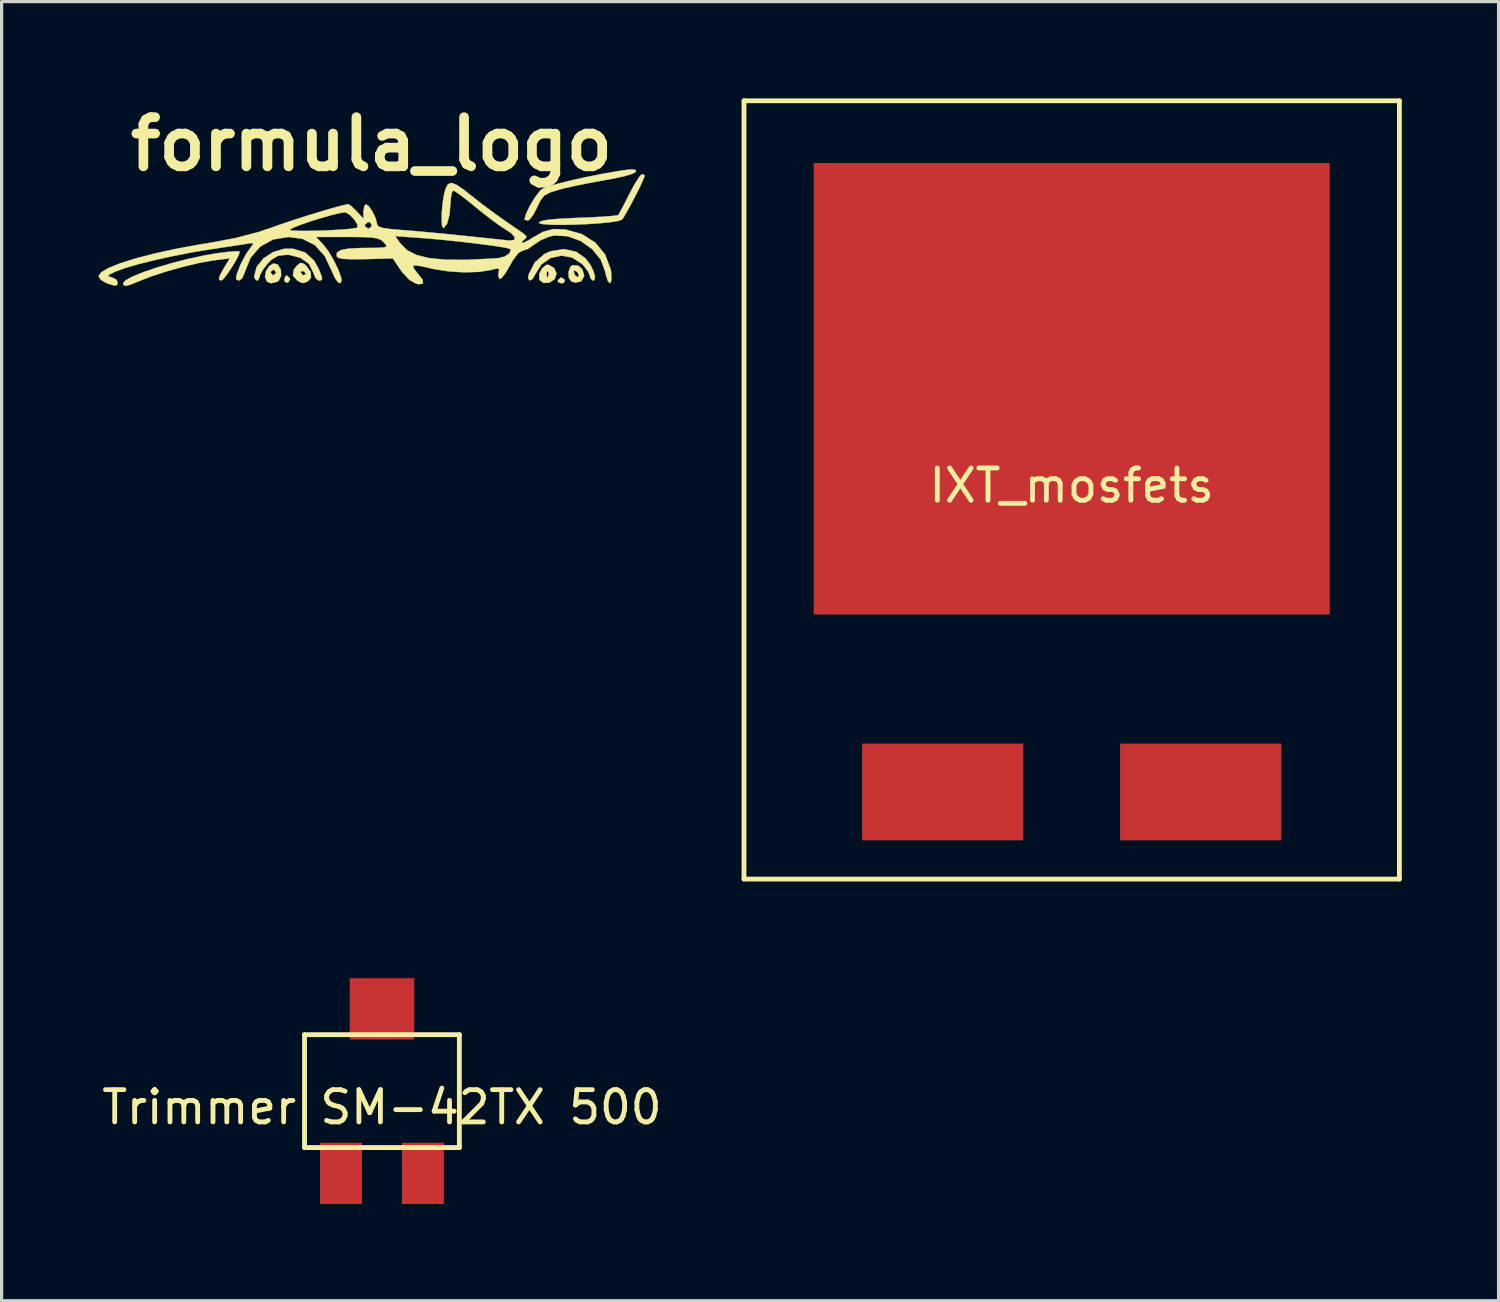
<source format=kicad_pcb>
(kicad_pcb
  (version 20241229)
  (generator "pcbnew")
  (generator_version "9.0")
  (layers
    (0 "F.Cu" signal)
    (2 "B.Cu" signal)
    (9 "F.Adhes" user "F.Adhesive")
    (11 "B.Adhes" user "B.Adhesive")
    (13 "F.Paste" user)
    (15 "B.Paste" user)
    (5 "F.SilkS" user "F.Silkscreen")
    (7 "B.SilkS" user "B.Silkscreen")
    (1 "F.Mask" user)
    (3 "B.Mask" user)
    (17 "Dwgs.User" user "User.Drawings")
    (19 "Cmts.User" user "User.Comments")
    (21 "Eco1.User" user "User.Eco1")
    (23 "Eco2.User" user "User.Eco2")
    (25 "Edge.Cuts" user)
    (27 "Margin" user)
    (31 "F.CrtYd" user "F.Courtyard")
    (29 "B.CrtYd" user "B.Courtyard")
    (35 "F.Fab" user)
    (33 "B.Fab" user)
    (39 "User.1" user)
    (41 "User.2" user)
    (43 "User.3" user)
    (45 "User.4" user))
  (footprint "Trimmer SM-42TX 500"
    (layer "F.Cu")
    (at 8.792 30.78)
    (property "Reference" "Trimmer SM-42TX 500" (at 0 0.5 0) (layer "F.SilkS") (effects (font (size 1 1) (thickness 0.15))))
    (attr through_hole)
    (fp_line (start -2.4 -1.75) (end 2.4 -1.75) (stroke (width 0.15) (type solid)) (layer "F.SilkS"))
    (fp_line (start -2.4 1.75) (end -2.4 -1.75) (stroke (width 0.15) (type solid)) (layer "F.SilkS"))
    (fp_line (start 2.4 -1.75) (end 2.4 1.75) (stroke (width 0.15) (type solid)) (layer "F.SilkS"))
    (fp_line (start 2.4 1.75) (end -2.4 1.75) (stroke (width 0.15) (type solid)) (layer "F.SilkS"))
    (pad "1" smd rect (at -1.27 2.55) (size 1.3 1.9) (layers "F.Cu" "F.Mask" "F.Paste"))
    (pad "2" smd rect (at 0 -2.55) (size 2 1.9) (layers "F.Cu" "F.Mask" "F.Paste"))
    (pad "3" smd rect (at 1.27 2.55) (size 1.3 1.9) (layers "F.Cu" "F.Mask" "F.Paste")))
  (footprint "IXT_mosfets"
    (layer "F.Cu")
    (at 30.178 11.505)
    (property "Reference" "IXT_mosfets" (at 0 0.5 0) (layer "F.SilkS") (effects (font (size 1 1) (thickness 0.15))))
    (attr through_hole)
    (fp_line (start -10.16 -11.43) (end 10.16 -11.43) (stroke (width 0.15) (type solid)) (layer "F.SilkS"))
    (fp_line (start -10.16 12.7) (end -10.16 -11.43) (stroke (width 0.15) (type solid)) (layer "F.SilkS"))
    (fp_line (start 10.16 -11.43) (end 10.16 12.7) (stroke (width 0.15) (type solid)) (layer "F.SilkS"))
    (fp_line (start 10.16 12.7) (end -10.16 12.7) (stroke (width 0.15) (type solid)) (layer "F.SilkS"))
    (pad "1" smd rect (at -4 10) (size 5 3) (layers "F.Cu" "F.Mask" "F.Paste"))
    (pad "2" smd rect (at 4 10) (size 5 3) (layers "F.Cu" "F.Mask" "F.Paste"))
    (pad "3" smd rect (at 0 -2.5) (size 16 14) (layers "F.Cu" "F.Mask" "F.Paste")))
  (footprint "formula_logo"
    (layer "F.Cu")
    (at 8.472 3.958)
    (property "Reference" "formula_logo" (at 0 -2.54 0) (layer "F.SilkS") (effects (font (size 1.524 1.524) (thickness 0.3))))
    (attr through_hole)
    (fp_poly (pts (xy -2.531 1.628) (xy -2.527 1.651) (xy -2.593 1.75) (xy -2.618 1.762) (xy -2.696 1.721) (xy -2.709 1.651) (xy -2.666 1.546) (xy -2.618 1.54) (xy -2.531 1.628)) (stroke (width 0.01) (type solid)) (fill yes) (layer "F.SilkS"))
    (fp_poly (pts (xy 5.984 1.662) (xy 5.995 1.687) (xy 5.954 1.764) (xy 5.884 1.778) (xy 5.779 1.735) (xy 5.774 1.687) (xy 5.861 1.6) (xy 5.884 1.596) (xy 5.984 1.662)) (stroke (width 0.01) (type solid)) (fill yes) (layer "F.SilkS"))
    (fp_poly (pts (xy 5.656 1.3) (xy 5.733 1.469) (xy 5.679 1.643) (xy 5.679 1.644) (xy 5.514 1.755) (xy 5.333 1.766) (xy 5.207 1.677) (xy 5.198 1.658) (xy 5.197 1.485) (xy 5.202 1.475) (xy 5.425 1.475) (xy 5.441 1.584) (xy 5.47 1.586) (xy 5.49 1.472) (xy 5.477 1.423) (xy 5.439 1.391) (xy 5.425 1.475) (xy 5.202 1.475) (xy 5.282 1.313) (xy 5.411 1.208) (xy 5.479 1.201) (xy 5.656 1.3)) (stroke (width 0.01) (type solid)) (fill yes) (layer "F.SilkS"))
    (fp_poly (pts (xy 6.399 1.224) (xy 6.539 1.349) (xy 6.589 1.536) (xy 6.587 1.558) (xy 6.496 1.717) (xy 6.312 1.754) (xy 6.202 1.723) (xy 6.115 1.61) (xy 6.102 1.431) (xy 6.11 1.408) (xy 6.265 1.408) (xy 6.307 1.532) (xy 6.391 1.581) (xy 6.422 1.565) (xy 6.41 1.478) (xy 6.366 1.421) (xy 6.28 1.373) (xy 6.265 1.408) (xy 6.11 1.408) (xy 6.159 1.269) (xy 6.224 1.216) (xy 6.399 1.224)) (stroke (width 0.01) (type solid)) (fill yes) (layer "F.SilkS"))
    (fp_poly (pts (xy -2.912 1.193) (xy -2.814 1.354) (xy -2.805 1.548) (xy -2.882 1.699) (xy -2.928 1.727) (xy -3.122 1.775) (xy -3.241 1.726) (xy -3.246 1.722) (xy -3.308 1.571) (xy -3.283 1.439) (xy -3.133 1.439) (xy -3.068 1.522) (xy -3.048 1.524) (xy -2.966 1.46) (xy -2.963 1.439) (xy -3.028 1.357) (xy -3.048 1.355) (xy -3.13 1.419) (xy -3.133 1.439) (xy -3.283 1.439) (xy -3.274 1.395) (xy -3.175 1.241) (xy -3.042 1.159) (xy -2.912 1.193)) (stroke (width 0.01) (type solid)) (fill yes) (layer "F.SilkS"))
    (fp_poly (pts (xy -2.1 1.17) (xy -2.022 1.237) (xy -1.89 1.424) (xy -1.878 1.603) (xy -1.989 1.724) (xy -1.997 1.727) (xy -2.111 1.767) (xy -2.187 1.755) (xy -2.307 1.687) (xy -2.44 1.538) (xy -2.425 1.434) (xy -2.201 1.434) (xy -2.14 1.521) (xy -2.117 1.524) (xy -2.034 1.495) (xy -2.032 1.487) (xy -2.091 1.414) (xy -2.117 1.397) (xy -2.195 1.404) (xy -2.201 1.434) (xy -2.425 1.434) (xy -2.413 1.352) (xy -2.318 1.23) (xy -2.203 1.14) (xy -2.1 1.17)) (stroke (width 0.01) (type solid)) (fill yes) (layer "F.SilkS"))
    (fp_poly (pts (xy 6.344 0.798) (xy 6.632 1.003) (xy 6.779 1.197) (xy 6.883 1.407) (xy 6.928 1.584) (xy 6.898 1.685) (xy 6.867 1.693) (xy 6.785 1.624) (xy 6.773 1.56) (xy 6.717 1.419) (xy 6.577 1.232) (xy 6.526 1.179) (xy 6.219 0.977) (xy 5.879 0.918) (xy 5.546 0.993) (xy 5.263 1.192) (xy 5.077 1.49) (xy 4.983 1.648) (xy 4.894 1.69) (xy 4.852 1.615) (xy 4.87 1.503) (xy 5.057 1.13) (xy 5.362 0.864) (xy 5.544 0.782) (xy 5.965 0.715) (xy 6.344 0.798)) (stroke (width 0.01) (type solid)) (fill yes) (layer "F.SilkS"))
    (fp_poly (pts (xy -2.06 0.822) (xy -1.782 1.072) (xy -1.639 1.331) (xy -1.552 1.551) (xy -1.534 1.657) (xy -1.588 1.691) (xy -1.64 1.693) (xy -1.737 1.62) (xy -1.807 1.444) (xy -1.807 1.443) (xy -1.94 1.178) (xy -2.199 0.988) (xy -2.546 0.897) (xy -2.648 0.893) (xy -2.903 0.923) (xy -3.101 1.041) (xy -3.226 1.167) (xy -3.378 1.365) (xy -3.464 1.529) (xy -3.471 1.568) (xy -3.517 1.679) (xy -3.556 1.693) (xy -3.63 1.624) (xy -3.641 1.558) (xy -3.563 1.264) (xy -3.355 1.005) (xy -3.057 0.809) (xy -2.709 0.705) (xy -2.437 0.703) (xy -2.06 0.822)) (stroke (width 0.01) (type solid)) (fill yes) (layer "F.SilkS"))
    (fp_poly (pts (xy 8.186 -1.739) (xy 8.196 -1.685) (xy 8.099 -1.625) (xy 7.863 -1.552) (xy 7.514 -1.474) (xy 7.236 -1.424) (xy 6.795 -1.344) (xy 6.356 -1.256) (xy 5.982 -1.172) (xy 5.811 -1.127) (xy 5.528 -1.04) (xy 5.356 -0.948) (xy 5.241 -0.808) (xy 5.132 -0.58) (xy 5.012 -0.35) (xy 4.9 -0.202) (xy 4.847 -0.171) (xy 4.749 -0.192) (xy 4.741 -0.205) (xy 4.788 -0.379) (xy 4.905 -0.623) (xy 5.057 -0.876) (xy 5.207 -1.076) (xy 5.282 -1.145) (xy 5.451 -1.216) (xy 5.753 -1.307) (xy 6.155 -1.408) (xy 6.621 -1.512) (xy 7.118 -1.612) (xy 7.611 -1.698) (xy 7.82 -1.731) (xy 8.071 -1.757) (xy 8.186 -1.739)) (stroke (width 0.01) (type solid)) (fill yes) (layer "F.SilkS"))
    (fp_poly (pts (xy -4.104 0.784) (xy -4.094 0.788) (xy -4.111 0.877) (xy -4.199 1.054) (xy -4.329 1.272) (xy -4.47 1.482) (xy -4.593 1.639) (xy -4.664 1.693) (xy -4.733 1.658) (xy -4.708 1.538) (xy -4.584 1.31) (xy -4.569 1.285) (xy -4.397 1.003) (xy -4.887 1.063) (xy -5.302 1.134) (xy -5.808 1.253) (xy -6.339 1.401) (xy -6.83 1.56) (xy -7.186 1.699) (xy -7.467 1.815) (xy -7.627 1.856) (xy -7.695 1.826) (xy -7.705 1.775) (xy -7.626 1.682) (xy -7.41 1.565) (xy -7.083 1.432) (xy -6.674 1.292) (xy -6.21 1.154) (xy -5.719 1.026) (xy -5.228 0.919) (xy -4.798 0.844) (xy -4.482 0.804) (xy -4.236 0.783) (xy -4.104 0.784)) (stroke (width 0.01) (type solid)) (fill yes) (layer "F.SilkS"))
    (fp_poly (pts (xy 8.465 -1.574) (xy 8.467 -1.564) (xy 8.429 -1.455) (xy 8.332 -1.242) (xy 8.197 -0.971) (xy 8.049 -0.687) (xy 7.91 -0.433) (xy 7.804 -0.254) (xy 7.763 -0.201) (xy 7.643 -0.157) (xy 7.402 -0.118) (xy 7.074 -0.086) (xy 6.693 -0.06) (xy 6.294 -0.043) (xy 5.91 -0.036) (xy 5.577 -0.04) (xy 5.327 -0.057) (xy 5.196 -0.087) (xy 5.186 -0.106) (xy 5.262 -0.154) (xy 5.465 -0.194) (xy 5.808 -0.225) (xy 6.304 -0.25) (xy 6.413 -0.254) (xy 6.845 -0.272) (xy 7.212 -0.293) (xy 7.485 -0.314) (xy 7.63 -0.333) (xy 7.645 -0.339) (xy 7.699 -0.429) (xy 7.808 -0.633) (xy 7.949 -0.91) (xy 7.992 -0.995) (xy 8.144 -1.28) (xy 8.277 -1.494) (xy 8.368 -1.602) (xy 8.383 -1.609) (xy 8.465 -1.574)) (stroke (width 0.01) (type solid)) (fill yes) (layer "F.SilkS"))
    (fp_poly (pts (xy 2.634 -1.278) (xy 2.876 -1.112) (xy 3.077 -0.952) (xy 3.414 -0.688) (xy 3.787 -0.409) (xy 4.064 -0.212) (xy 4.335 -0.025) (xy 4.569 0.137) (xy 4.712 0.235) (xy 4.808 0.333) (xy 4.763 0.391) (xy 4.665 0.48) (xy 4.657 0.513) (xy 4.718 0.516) (xy 4.873 0.437) (xy 4.968 0.376) (xy 5.32 0.176) (xy 5.645 0.093) (xy 6.004 0.107) (xy 6.516 0.248) (xy 6.934 0.513) (xy 7.239 0.881) (xy 7.41 1.335) (xy 7.427 1.433) (xy 7.437 1.679) (xy 7.396 1.773) (xy 7.33 1.718) (xy 7.263 1.514) (xy 7.247 1.426) (xy 7.106 1.045) (xy 6.838 0.716) (xy 6.483 0.465) (xy 6.08 0.316) (xy 5.668 0.294) (xy 5.504 0.329) (xy 5.244 0.439) (xy 5.027 0.582) (xy 5.017 0.591) (xy 4.834 0.716) (xy 4.681 0.762) (xy 4.543 0.842) (xy 4.372 1.074) (xy 4.287 1.227) (xy 4.149 1.461) (xy 4.032 1.61) (xy 3.966 1.643) (xy 3.923 1.534) (xy 3.938 1.437) (xy 3.954 1.336) (xy 3.884 1.317) (xy 3.709 1.359) (xy 3.343 1.421) (xy 2.88 1.436) (xy 2.386 1.406) (xy 1.926 1.334) (xy 1.826 1.31) (xy 1.557 1.249) (xy 1.36 1.22) (xy 1.286 1.226) (xy 1.306 1.311) (xy 1.415 1.456) (xy 1.425 1.466) (xy 1.579 1.665) (xy 1.594 1.781) (xy 1.472 1.806) (xy 1.376 1.786) (xy 1.168 1.666) (xy 0.95 1.434) (xy 0.9 1.364) (xy 0.657 1.003) (xy -0.195 1.026) (xy -0.611 1.031) (xy -0.882 1.019) (xy -1.032 0.986) (xy -1.084 0.938) (xy -1.077 0.823) (xy -0.953 0.744) (xy -0.697 0.698) (xy -0.294 0.679) (xy -0.177 0.679) (xy 0.167 0.677) (xy 0.369 0.666) (xy 0.454 0.64) (xy 0.449 0.589) (xy 0.381 0.508) (xy 0.297 0.434) (xy 0.183 0.385) (xy 0.004 0.357) (xy -0.273 0.343) (xy -0.681 0.339) (xy -0.749 0.339) (xy -1.725 0.339) (xy -1.502 0.572) (xy -1.34 0.783) (xy -1.173 1.064) (xy -1.031 1.355) (xy -0.945 1.597) (xy -0.933 1.679) (xy -0.964 1.774) (xy -1.042 1.742) (xy -1.141 1.608) (xy -1.226 1.416) (xy -1.455 0.929) (xy -1.758 0.591) (xy -2.143 0.397) (xy -2.582 0.339) (xy -3.054 0.417) (xy -3.452 0.637) (xy -3.753 0.983) (xy -3.936 1.435) (xy -3.941 1.457) (xy -4.017 1.627) (xy -4.119 1.693) (xy -4.204 1.647) (xy -4.186 1.503) (xy -4.06 1.183) (xy -3.891 0.865) (xy -3.744 0.656) (xy -3.668 0.554) (xy -3.713 0.528) (xy -3.86 0.548) (xy -4.046 0.578) (xy -4.352 0.625) (xy -4.729 0.682) (xy -4.995 0.721) (xy -5.564 0.815) (xy -6.153 0.93) (xy -6.723 1.056) (xy -7.238 1.184) (xy -7.658 1.307) (xy -7.935 1.409) (xy -8.124 1.501) (xy -8.171 1.551) (xy -8.092 1.582) (xy -8.065 1.587) (xy -7.916 1.659) (xy -7.874 1.742) (xy -7.891 1.83) (xy -7.969 1.847) (xy -8.15 1.794) (xy -8.234 1.764) (xy -8.401 1.665) (xy -8.467 1.555) (xy -8.385 1.434) (xy -8.153 1.298) (xy -7.788 1.152) (xy -7.305 1.001) (xy -6.724 0.851) (xy -6.06 0.706) (xy -5.331 0.572) (xy -4.97 0.514) (xy -4.206 0.369) (xy -3.992 0.313) (xy 0.729 0.313) (xy 0.907 0.558) (xy 1.108 0.754) (xy 1.395 0.899) (xy 1.784 0.995) (xy 2.289 1.044) (xy 2.924 1.048) (xy 3.706 1.01) (xy 3.937 0.993) (xy 4.132 0.943) (xy 4.274 0.847) (xy 4.315 0.744) (xy 4.295 0.711) (xy 4.193 0.681) (xy 3.955 0.639) (xy 3.612 0.59) (xy 3.197 0.537) (xy 2.74 0.484) (xy 2.275 0.435) (xy 1.833 0.394) (xy 1.571 0.373) (xy 0.729 0.313) (xy -3.992 0.313) (xy -3.495 0.182) (xy -3.307 0.119) (xy -2.54 0.119) (xy -2.462 0.14) (xy -2.254 0.15) (xy -1.956 0.15) (xy -1.606 0.143) (xy -1.243 0.128) (xy -0.907 0.108) (xy -0.637 0.085) (xy -0.471 0.058) (xy -0.44 0.045) (xy -0.443 -0.036) (xy -0.212 -0.036) (xy -0.206 0.009) (xy -0.099 0.083) (xy -0.012 0.025) (xy 0 -0.04) (xy -0.056 -0.125) (xy -0.127 -0.115) (xy -0.212 -0.036) (xy -0.443 -0.036) (xy -0.444 -0.053) (xy -0.536 -0.2) (xy -0.67 -0.341) (xy -0.801 -0.42) (xy -0.827 -0.424) (xy -0.992 -0.4) (xy -1.251 -0.337) (xy -1.564 -0.249) (xy -1.889 -0.147) (xy -2.186 -0.045) (xy -2.414 0.044) (xy -2.532 0.107) (xy -2.54 0.119) (xy -3.307 0.119) (xy -3.118 0.055) (xy -2.793 -0.061) (xy -2.403 -0.191) (xy -1.985 -0.325) (xy -1.574 -0.451) (xy -1.206 -0.559) (xy -0.917 -0.637) (xy -0.743 -0.675) (xy -0.72 -0.677) (xy -0.635 -0.621) (xy -0.49 -0.483) (xy -0.462 -0.453) (xy -0.254 -0.229) (xy -0.254 -0.453) (xy -0.227 -0.618) (xy -0.172 -0.677) (xy -0.079 -0.607) (xy 0.031 -0.44) (xy 0.126 -0.238) (xy 0.169 -0.064) (xy 0.169 -0.054) (xy 0.21 0.011) (xy 0.35 0.06) (xy 0.614 0.097) (xy 0.91 0.122) (xy 1.281 0.151) (xy 1.761 0.194) (xy 2.291 0.244) (xy 2.814 0.297) (xy 2.879 0.304) (xy 3.328 0.351) (xy 3.727 0.393) (xy 4.04 0.426) (xy 4.233 0.446) (xy 4.267 0.449) (xy 4.422 0.432) (xy 4.44 0.349) (xy 4.327 0.221) (xy 4.163 0.112) (xy 3.95 -0.027) (xy 3.66 -0.24) (xy 3.344 -0.488) (xy 3.225 -0.587) (xy 2.95 -0.809) (xy 2.721 -0.984) (xy 2.57 -1.085) (xy 2.532 -1.101) (xy 2.484 -1.025) (xy 2.452 -0.835) (xy 2.447 -0.741) (xy 2.415 -0.352) (xy 2.343 -0.078) (xy 2.239 0.057) (xy 2.228 0.062) (xy 2.186 0.004) (xy 2.17 -0.175) (xy 2.176 -0.429) (xy 2.202 -0.712) (xy 2.245 -0.979) (xy 2.296 -1.164) (xy 2.369 -1.298) (xy 2.474 -1.338) (xy 2.634 -1.278)) (stroke (width 0.01) (type solid)) (fill yes) (layer "F.SilkS")))
  (gr_rect
    (start -3 -3)
    (end 43.413 37.28)
    (stroke (width 0.1) (type default))
    (fill no)
    (layer "Edge.Cuts")))
</source>
